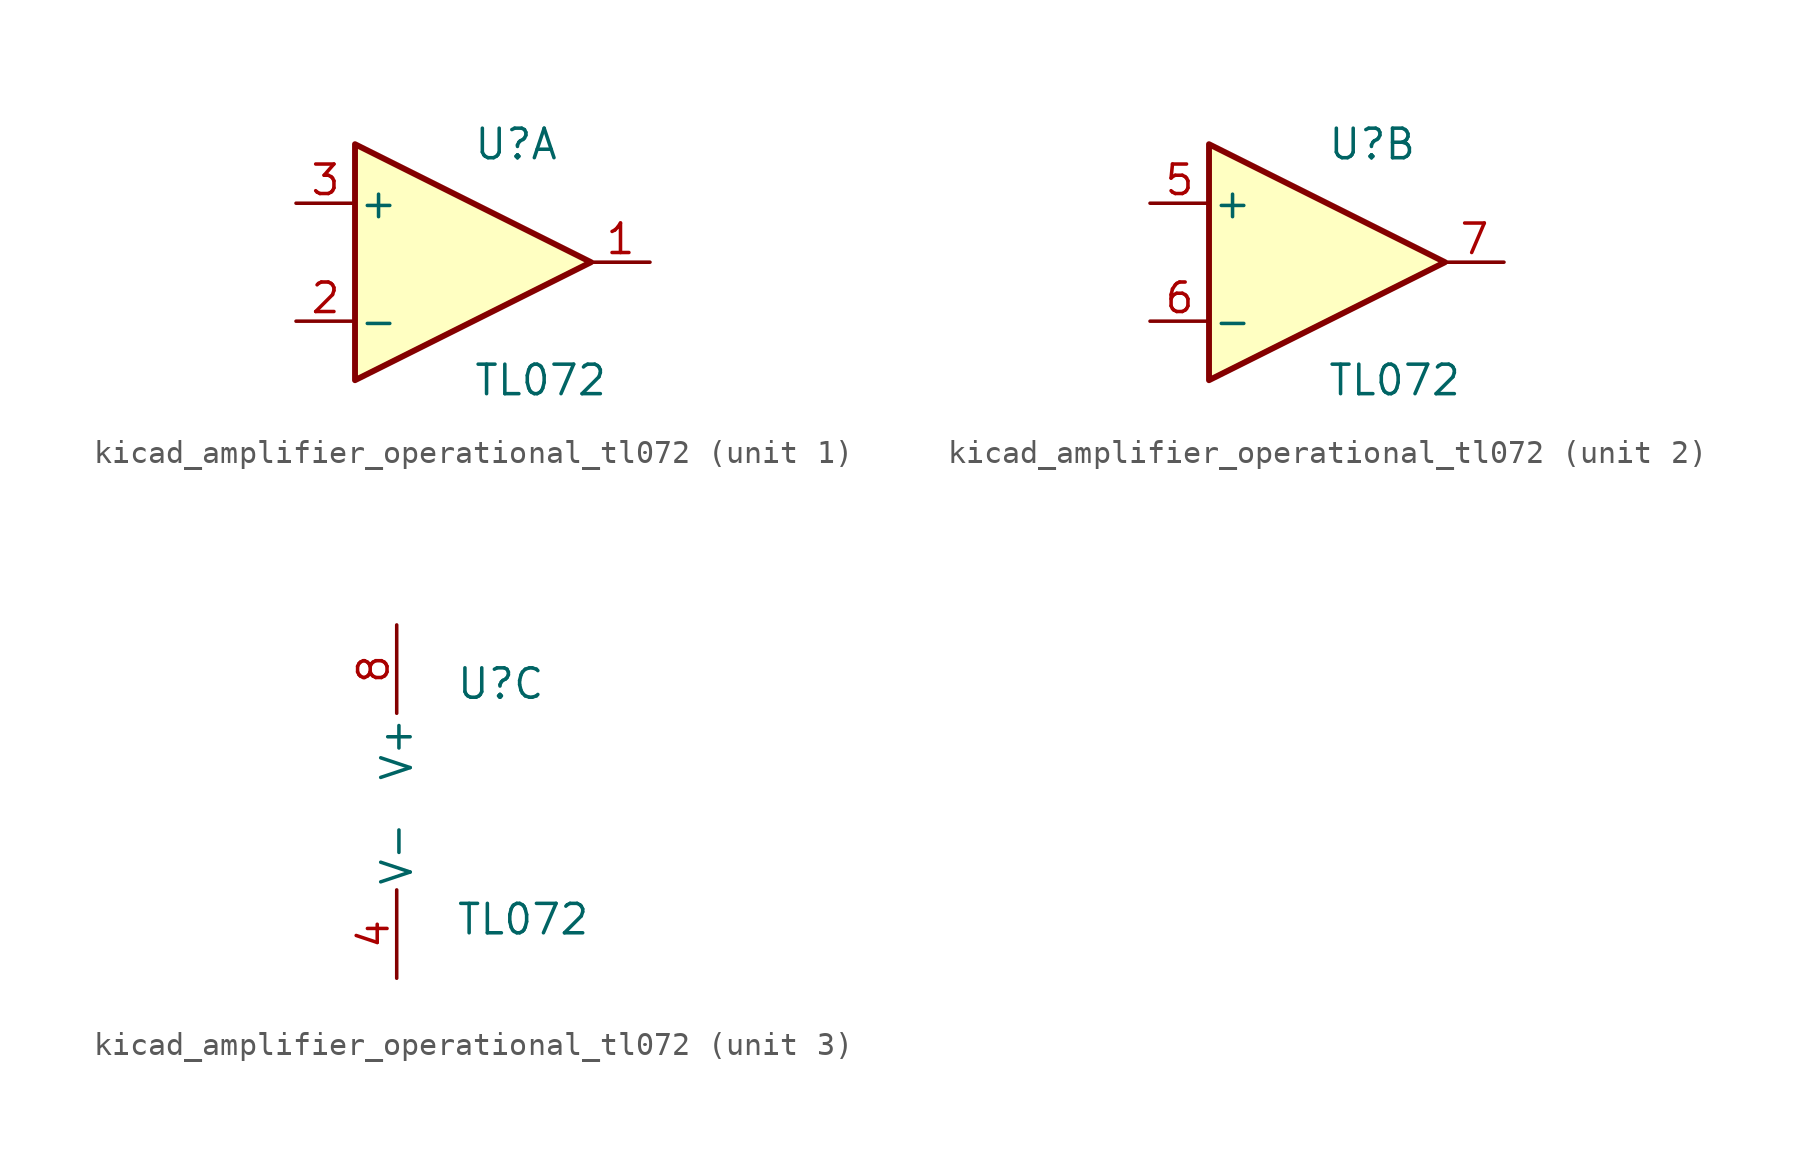
<source format=kicad_sym>
(kicad_symbol_lib
  (version 20220914)
  (generator kicad_symbol_editor)
  (symbol "kicad_amplifier_operational_tl072"
    (pin_names
      (offset 0.127))
    (property "Reference" "U"
      (at 0 5.08 0)
      (effects (font (size 1.27 1.27)) (justify left)))
    (property "Value" "TL072"
      (at 0 -5.08 0)
      (effects (font (size 1.27 1.27)) (justify left)))
    (property "ki_locked" ""
      (at 0 0 0)
      (effects (font (size 1.27 1.27))))
    (symbol "kicad_amplifier_operational_tl072_1_1"
      (polyline (pts (xy -5.08 5.08) (xy 5.08 0) (xy -5.08 -5.08) (xy -5.08 5.08)) (stroke (width 0.254) (type default)) (fill (type background)))
      (pin output line (at 7.62 0 180) (length 2.54) (name "~" (effects (font (size 1.27 1.27)))) (number "1" (effects (font (size 1.27 1.27)))))
      (pin input line (at -7.62 -2.54 0) (length 2.54) (name "-" (effects (font (size 1.27 1.27)))) (number "2" (effects (font (size 1.27 1.27)))))
      (pin input line (at -7.62 2.54 0) (length 2.54) (name "+" (effects (font (size 1.27 1.27)))) (number "3" (effects (font (size 1.27 1.27))))))
    (symbol "kicad_amplifier_operational_tl072_2_1"
      (polyline (pts (xy -5.08 5.08) (xy 5.08 0) (xy -5.08 -5.08) (xy -5.08 5.08)) (stroke (width 0.254) (type default)) (fill (type background)))
      (pin input line (at -7.62 2.54 0) (length 2.54) (name "+" (effects (font (size 1.27 1.27)))) (number "5" (effects (font (size 1.27 1.27)))))
      (pin input line (at -7.62 -2.54 0) (length 2.54) (name "-" (effects (font (size 1.27 1.27)))) (number "6" (effects (font (size 1.27 1.27)))))
      (pin output line (at 7.62 0 180) (length 2.54) (name "~" (effects (font (size 1.27 1.27)))) (number "7" (effects (font (size 1.27 1.27))))))
    (symbol "kicad_amplifier_operational_tl072_3_1"
      (pin power_in line (at -2.54 -7.62 90) (length 3.81) (name "V-" (effects (font (size 1.27 1.27)))) (number "4" (effects (font (size 1.27 1.27)))))
      (pin power_in line (at -2.54 7.62 270) (length 3.81) (name "V+" (effects (font (size 1.27 1.27)))) (number "8" (effects (font (size 1.27 1.27))))))))
</source>
